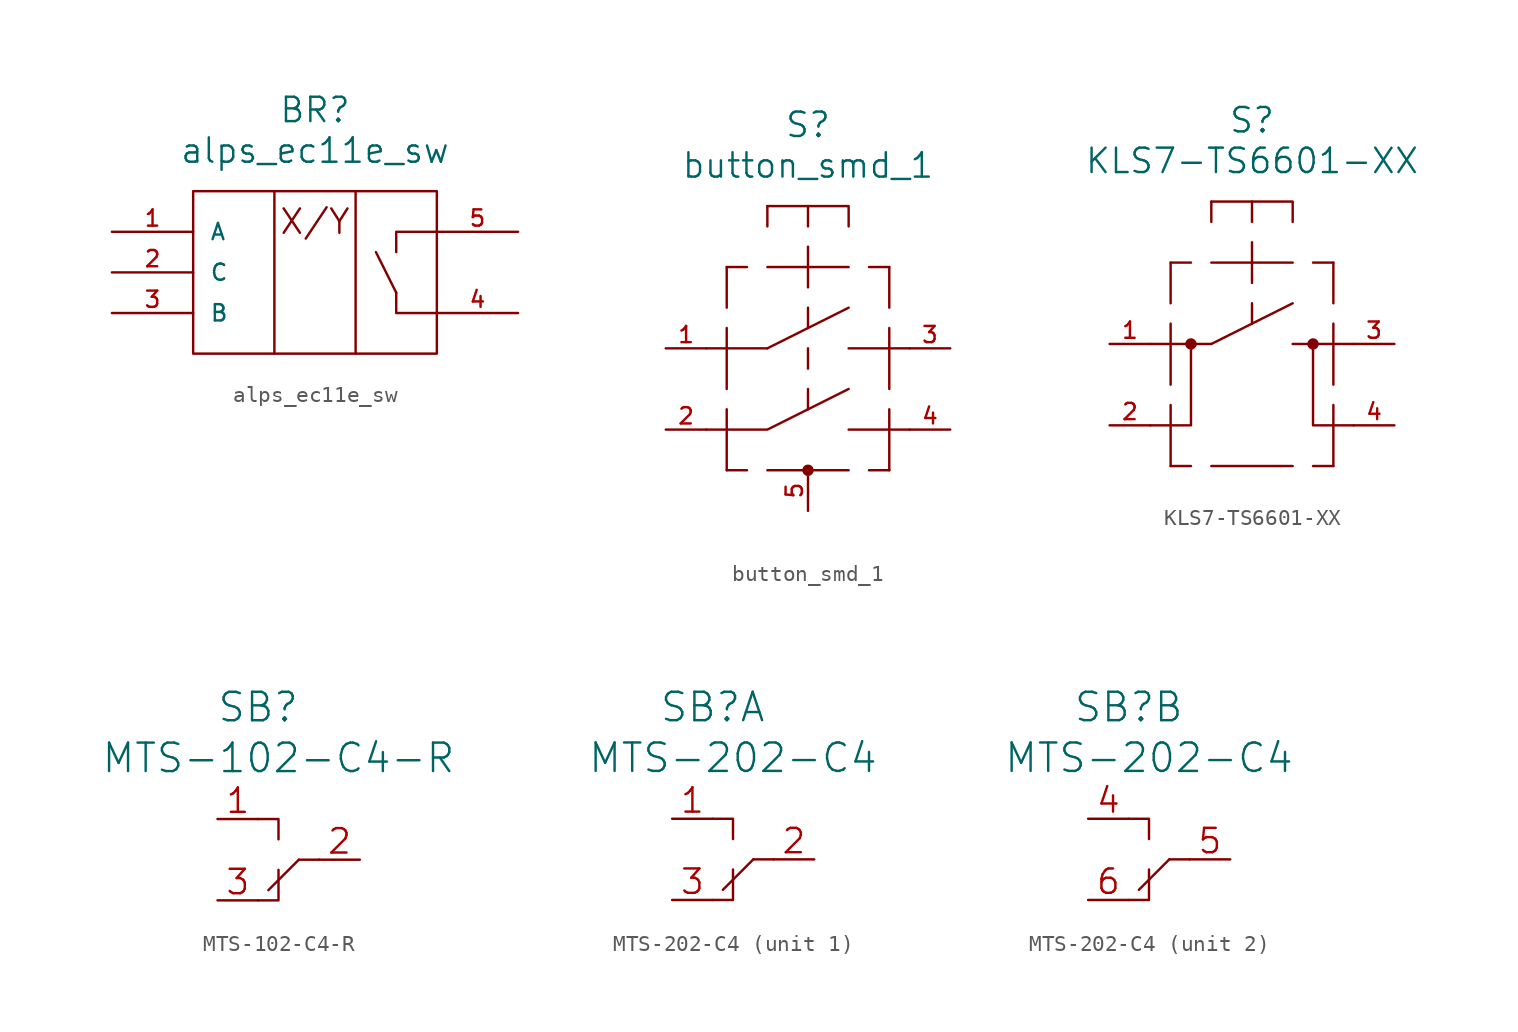
<source format=kicad_sym>
(kicad_symbol_lib
  (version 20211014)
  (generator kicad_symbol_editor)
  (symbol "alps_ec11e_sw"
    (pin_names
      (offset 1.016))
    (property "Reference" "BR"
      (at 12.7 7.62 0)
      (effects (font (size 1.524 1.524))))
    (property "Value" "alps_ec11e_sw"
      (at 12.7 5.08 0)
      (effects (font (size 1.524 1.524))))
    (property "Footprint" ""
      (at 0 0 0)
      (effects (font (size 1.524 1.524))))
    (property "Datasheet" ""
      (at 0 0 0)
      (effects (font (size 1.524 1.524))))
    (symbol "alps_ec11e_sw_0_0"
      (polyline (pts (xy 17.78 -3.81) (xy 16.51 -1.27)) (stroke (width 0) (type default) (color 0 0 0 0)) (fill (type none)))
      (polyline (pts (xy 17.78 -3.81) (xy 17.78 -5.08) (xy 20.32 -5.08)) (stroke (width 0) (type default) (color 0 0 0 0)) (fill (type none)))
      (polyline (pts (xy 17.78 -1.27) (xy 17.78 0) (xy 20.32 0)) (stroke (width 0) (type default) (color 0 0 0 0)) (fill (type none)))
      (rectangle (start 5.08 2.54) (end 20.32 -7.62) (stroke (width 0) (type default) (color 0 0 0 0)) (fill (type none)))
      (text "X/Y" (at 12.7 0.635 0) (effects (font (size 1.524 1.524)))))
    (symbol "alps_ec11e_sw_0_1"
      (polyline (pts (xy 10.16 2.54) (xy 10.16 -7.62)) (stroke (width 0) (type default) (color 0 0 0 0)) (fill (type none)))
      (polyline (pts (xy 15.24 2.54) (xy 15.24 -7.62)) (stroke (width 0) (type default) (color 0 0 0 0)) (fill (type none))))
    (symbol "alps_ec11e_sw_1_1"
      (pin passive line (at 0 0 0) (length 5.08) (name "A" (effects (font (size 1.016 1.016)))) (number "1" (effects (font (size 1.016 1.016)))))
      (pin passive line (at 0 -2.54 0) (length 5.08) (name "C" (effects (font (size 1.016 1.016)))) (number "2" (effects (font (size 1.016 1.016)))))
      (pin passive line (at 0 -5.08 0) (length 5.08) (name "B" (effects (font (size 1.016 1.016)))) (number "3" (effects (font (size 1.016 1.016)))))
      (pin passive line (at 25.4 -5.08 180) (length 5.08) (name "~" (effects (font (size 1.016 1.016)))) (number "4" (effects (font (size 1.016 1.016)))))
      (pin passive line (at 25.4 0 180) (length 5.08) (name "~" (effects (font (size 1.016 1.016)))) (number "5" (effects (font (size 1.016 1.016)))))))
  (symbol "button_smd_1"
    (pin_names
      (offset 1.016))
    (property "Reference" "S"
      (at 8.89 13.97 0)
      (effects (font (size 1.524 1.524))))
    (property "Value" "button_smd_1"
      (at 8.89 11.43 0)
      (effects (font (size 1.524 1.524))))
    (property "Footprint" ""
      (at 0 0 0)
      (effects (font (size 1.524 1.524))))
    (property "Datasheet" ""
      (at 0 0 0)
      (effects (font (size 1.524 1.524))))
    (symbol "button_smd_1_0_1"
      (polyline (pts (xy 2.54 0) (xy 6.35 0)) (stroke (width 0) (type default) (color 0 0 0 0)) (fill (type none)))
      (polyline (pts (xy 3.81 -7.62) (xy 5.08 -7.62)) (stroke (width 0) (type default) (color 0 0 0 0)) (fill (type none)))
      (polyline (pts (xy 3.81 -3.81) (xy 3.81 -7.62)) (stroke (width 0) (type default) (color 0 0 0 0)) (fill (type none)))
      (polyline (pts (xy 3.81 1.27) (xy 3.81 -2.54)) (stroke (width 0) (type default) (color 0 0 0 0)) (fill (type none)))
      (polyline (pts (xy 3.81 2.54) (xy 3.81 5.08)) (stroke (width 0) (type default) (color 0 0 0 0)) (fill (type none)))
      (polyline (pts (xy 3.81 5.08) (xy 5.08 5.08)) (stroke (width 0) (type default) (color 0 0 0 0)) (fill (type none)))
      (polyline (pts (xy 6.35 -7.62) (xy 11.43 -7.62)) (stroke (width 0) (type default) (color 0 0 0 0)) (fill (type none)))
      (polyline (pts (xy 6.35 0) (xy 11.43 2.54)) (stroke (width 0) (type default) (color 0 0 0 0)) (fill (type none)))
      (polyline (pts (xy 6.35 5.08) (xy 11.43 5.08)) (stroke (width 0) (type default) (color 0 0 0 0)) (fill (type none)))
      (polyline (pts (xy 6.35 8.89) (xy 6.35 7.62)) (stroke (width 0) (type default) (color 0 0 0 0)) (fill (type none)))
      (polyline (pts (xy 8.89 -3.81) (xy 8.89 -2.54)) (stroke (width 0) (type default) (color 0 0 0 0)) (fill (type none)))
      (polyline (pts (xy 8.89 -1.27) (xy 8.89 0)) (stroke (width 0) (type default) (color 0 0 0 0)) (fill (type none)))
      (polyline (pts (xy 8.89 1.27) (xy 8.89 2.54)) (stroke (width 0) (type default) (color 0 0 0 0)) (fill (type none)))
      (polyline (pts (xy 8.89 6.35) (xy 8.89 3.81)) (stroke (width 0) (type default) (color 0 0 0 0)) (fill (type none)))
      (polyline (pts (xy 8.89 7.62) (xy 8.89 8.89)) (stroke (width 0) (type default) (color 0 0 0 0)) (fill (type none)))
      (polyline (pts (xy 11.43 -5.08) (xy 15.24 -5.08)) (stroke (width 0) (type default) (color 0 0 0 0)) (fill (type none)))
      (polyline (pts (xy 11.43 0) (xy 15.24 0)) (stroke (width 0) (type default) (color 0 0 0 0)) (fill (type none)))
      (polyline (pts (xy 12.7 -7.62) (xy 13.97 -7.62)) (stroke (width 0) (type default) (color 0 0 0 0)) (fill (type none)))
      (polyline (pts (xy 12.7 5.08) (xy 13.97 5.08)) (stroke (width 0) (type default) (color 0 0 0 0)) (fill (type none)))
      (polyline (pts (xy 13.97 -3.81) (xy 13.97 -7.62)) (stroke (width 0) (type default) (color 0 0 0 0)) (fill (type none)))
      (polyline (pts (xy 13.97 1.27) (xy 13.97 -2.54)) (stroke (width 0) (type default) (color 0 0 0 0)) (fill (type none)))
      (polyline (pts (xy 13.97 2.54) (xy 13.97 5.08)) (stroke (width 0) (type default) (color 0 0 0 0)) (fill (type none)))
      (polyline (pts (xy 2.54 -5.08) (xy 6.35 -5.08) (xy 11.43 -2.54)) (stroke (width 0) (type default) (color 0 0 0 0)) (fill (type none)))
      (polyline (pts (xy 6.35 8.89) (xy 11.43 8.89) (xy 11.43 7.62)) (stroke (width 0) (type default) (color 0 0 0 0)) (fill (type none)))
      (circle (center 8.89 -7.62) (radius 0.279) (stroke (width 0) (type default) (color 0 0 0 0)) (fill (type outline))))
    (symbol "button_smd_1_1_1"
      (pin passive line (at 0 0 0) (length 2.54) (name "~" (effects (font (size 1.016 1.016)))) (number "1" (effects (font (size 1.016 1.016)))))
      (pin passive line (at 0 -5.08 0) (length 2.54) (name "~" (effects (font (size 1.016 1.016)))) (number "2" (effects (font (size 1.016 1.016)))))
      (pin passive line (at 17.78 0 180) (length 2.54) (name "~" (effects (font (size 1.016 1.016)))) (number "3" (effects (font (size 1.016 1.016)))))
      (pin passive line (at 17.78 -5.08 180) (length 2.54) (name "~" (effects (font (size 1.016 1.016)))) (number "4" (effects (font (size 1.016 1.016)))))
      (pin passive line (at 8.89 -10.16 90) (length 2.54) (name "~" (effects (font (size 1.016 1.016)))) (number "5" (effects (font (size 1.016 1.016)))))))
  (symbol "KLS7-TS6601-XX"
    (pin_names
      (offset 1.016))
    (property "Reference" "S"
      (at 8.89 13.97 0)
      (effects (font (size 1.524 1.524))))
    (property "Value" "KLS7-TS6601-XX"
      (at 8.89 11.43 0)
      (effects (font (size 1.524 1.524))))
    (property "Footprint" ""
      (at 0 0 0)
      (effects (font (size 1.524 1.524))))
    (property "Datasheet" ""
      (at 0 0 0)
      (effects (font (size 1.524 1.524))))
    (symbol "KLS7-TS6601-XX_0_1"
      (polyline (pts (xy 2.54 0) (xy 6.35 0)) (stroke (width 0) (type default) (color 0 0 0 0)) (fill (type none)))
      (polyline (pts (xy 3.81 -7.62) (xy 5.08 -7.62)) (stroke (width 0) (type default) (color 0 0 0 0)) (fill (type none)))
      (polyline (pts (xy 3.81 -3.81) (xy 3.81 -7.62)) (stroke (width 0) (type default) (color 0 0 0 0)) (fill (type none)))
      (polyline (pts (xy 3.81 1.27) (xy 3.81 -2.54)) (stroke (width 0) (type default) (color 0 0 0 0)) (fill (type none)))
      (polyline (pts (xy 3.81 2.54) (xy 3.81 5.08)) (stroke (width 0) (type default) (color 0 0 0 0)) (fill (type none)))
      (polyline (pts (xy 3.81 5.08) (xy 5.08 5.08)) (stroke (width 0) (type default) (color 0 0 0 0)) (fill (type none)))
      (polyline (pts (xy 6.35 -7.62) (xy 11.43 -7.62)) (stroke (width 0) (type default) (color 0 0 0 0)) (fill (type none)))
      (polyline (pts (xy 6.35 0) (xy 11.43 2.54)) (stroke (width 0) (type default) (color 0 0 0 0)) (fill (type none)))
      (polyline (pts (xy 6.35 5.08) (xy 11.43 5.08)) (stroke (width 0) (type default) (color 0 0 0 0)) (fill (type none)))
      (polyline (pts (xy 6.35 8.89) (xy 6.35 7.62)) (stroke (width 0) (type default) (color 0 0 0 0)) (fill (type none)))
      (polyline (pts (xy 8.89 1.27) (xy 8.89 2.54)) (stroke (width 0) (type default) (color 0 0 0 0)) (fill (type none)))
      (polyline (pts (xy 8.89 6.35) (xy 8.89 3.81)) (stroke (width 0) (type default) (color 0 0 0 0)) (fill (type none)))
      (polyline (pts (xy 8.89 7.62) (xy 8.89 8.89)) (stroke (width 0) (type default) (color 0 0 0 0)) (fill (type none)))
      (polyline (pts (xy 11.43 0) (xy 15.24 0)) (stroke (width 0) (type default) (color 0 0 0 0)) (fill (type none)))
      (polyline (pts (xy 12.7 -7.62) (xy 13.97 -7.62)) (stroke (width 0) (type default) (color 0 0 0 0)) (fill (type none)))
      (polyline (pts (xy 12.7 5.08) (xy 13.97 5.08)) (stroke (width 0) (type default) (color 0 0 0 0)) (fill (type none)))
      (polyline (pts (xy 13.97 -3.81) (xy 13.97 -7.62)) (stroke (width 0) (type default) (color 0 0 0 0)) (fill (type none)))
      (polyline (pts (xy 13.97 1.27) (xy 13.97 -2.54)) (stroke (width 0) (type default) (color 0 0 0 0)) (fill (type none)))
      (polyline (pts (xy 13.97 2.54) (xy 13.97 5.08)) (stroke (width 0) (type default) (color 0 0 0 0)) (fill (type none)))
      (polyline (pts (xy 5.08 0) (xy 5.08 -5.08) (xy 2.54 -5.08)) (stroke (width 0) (type default) (color 0 0 0 0)) (fill (type none)))
      (polyline (pts (xy 6.35 8.89) (xy 11.43 8.89) (xy 11.43 7.62)) (stroke (width 0) (type default) (color 0 0 0 0)) (fill (type none)))
      (polyline (pts (xy 12.7 0) (xy 12.7 -5.08) (xy 15.24 -5.08)) (stroke (width 0) (type default) (color 0 0 0 0)) (fill (type none)))
      (circle (center 5.08 0) (radius 0.279) (stroke (width 0) (type default) (color 0 0 0 0)) (fill (type outline)))
      (circle (center 12.7 0) (radius 0.279) (stroke (width 0) (type default) (color 0 0 0 0)) (fill (type outline))))
    (symbol "KLS7-TS6601-XX_1_1"
      (pin passive line (at 0 0 0) (length 2.54) (name "~" (effects (font (size 1.016 1.016)))) (number "1" (effects (font (size 1.016 1.016)))))
      (pin passive line (at 0 -5.08 0) (length 2.54) (name "~" (effects (font (size 1.016 1.016)))) (number "2" (effects (font (size 1.016 1.016)))))
      (pin passive line (at 17.78 0 180) (length 2.54) (name "~" (effects (font (size 1.016 1.016)))) (number "3" (effects (font (size 1.016 1.016)))))
      (pin passive line (at 17.78 -5.08 180) (length 2.54) (name "~" (effects (font (size 1.016 1.016)))) (number "4" (effects (font (size 1.016 1.016)))))))
  (symbol "MTS-102-C4-R"
    (pin_names
      (offset 1.016) hide)
    (property "Reference" "SB"
      (at -1.27 9.525 0)
      (effects (font (size 1.778 1.778))))
    (property "Value" "MTS-102-C4-R"
      (at 0 6.35 0)
      (effects (font (size 1.778 1.778))))
    (property "Footprint" ""
      (at -1.27 -2.54 90)
      (effects (font (size 1.524 1.524))))
    (property "Datasheet" ""
      (at -1.27 -2.54 90)
      (effects (font (size 1.524 1.524))))
    (symbol "MTS-102-C4-R_0_1"
      (polyline (pts (xy 1.27 0) (xy -0.635 -1.905)) (stroke (width 0) (type default) (color 0 0 0 0)) (fill (type none)))
      (polyline (pts (xy 1.27 0) (xy 2.54 0)) (stroke (width 0) (type default) (color 0 0 0 0)) (fill (type none)))
      (polyline (pts (xy -1.27 -2.54) (xy 0 -2.54) (xy 0 -0.635)) (stroke (width 0) (type default) (color 0 0 0 0)) (fill (type none)))
      (polyline (pts (xy -1.27 2.54) (xy 0 2.54) (xy 0 1.905) (xy 0 1.27)) (stroke (width 0) (type default) (color 0 0 0 0)) (fill (type none))))
    (symbol "MTS-102-C4-R_1_1"
      (pin passive line (at -3.81 2.54 0) (length 2.54) (name "~" (effects (font (size 1.524 1.524)))) (number "1" (effects (font (size 1.524 1.524)))))
      (pin passive line (at 5.08 0 180) (length 2.54) (name "~" (effects (font (size 1.524 1.524)))) (number "2" (effects (font (size 1.524 1.524)))))
      (pin passive line (at -3.81 -2.54 0) (length 2.54) (name "~" (effects (font (size 1.524 1.524)))) (number "3" (effects (font (size 1.524 1.524)))))))
  (symbol "MTS-202-C4"
    (pin_names
      (offset 1.016) hide)
    (property "Reference" "SB"
      (at -1.27 9.525 0)
      (effects (font (size 1.778 1.778))))
    (property "Value" "MTS-202-C4"
      (at 0 6.35 0)
      (effects (font (size 1.778 1.778))))
    (property "Footprint" ""
      (at -1.27 -2.54 90)
      (effects (font (size 1.524 1.524))))
    (property "Datasheet" ""
      (at -1.27 -2.54 90)
      (effects (font (size 1.524 1.524))))
    (symbol "MTS-202-C4_0_1"
      (polyline (pts (xy 1.27 0) (xy -0.635 -1.905)) (stroke (width 0) (type default) (color 0 0 0 0)) (fill (type none)))
      (polyline (pts (xy 1.27 0) (xy 2.54 0)) (stroke (width 0) (type default) (color 0 0 0 0)) (fill (type none)))
      (polyline (pts (xy -1.27 -2.54) (xy 0 -2.54) (xy 0 -0.635)) (stroke (width 0) (type default) (color 0 0 0 0)) (fill (type none)))
      (polyline (pts (xy -1.27 2.54) (xy 0 2.54) (xy 0 1.905) (xy 0 1.27)) (stroke (width 0) (type default) (color 0 0 0 0)) (fill (type none))))
    (symbol "MTS-202-C4_1_1"
      (pin passive line (at -3.81 2.54 0) (length 2.54) (name "~" (effects (font (size 1.524 1.524)))) (number "1" (effects (font (size 1.524 1.524)))))
      (pin passive line (at 5.08 0 180) (length 2.54) (name "~" (effects (font (size 1.524 1.524)))) (number "2" (effects (font (size 1.524 1.524)))))
      (pin passive line (at -3.81 -2.54 0) (length 2.54) (name "~" (effects (font (size 1.524 1.524)))) (number "3" (effects (font (size 1.524 1.524))))))
    (symbol "MTS-202-C4_2_1"
      (pin passive line (at -3.81 2.54 0) (length 2.54) (name "~" (effects (font (size 1.524 1.524)))) (number "4" (effects (font (size 1.524 1.524)))))
      (pin passive line (at 5.08 0 180) (length 2.54) (name "~" (effects (font (size 1.524 1.524)))) (number "5" (effects (font (size 1.524 1.524)))))
      (pin passive line (at -3.81 -2.54 0) (length 2.54) (name "~" (effects (font (size 1.524 1.524)))) (number "6" (effects (font (size 1.524 1.524))))))))
</source>
